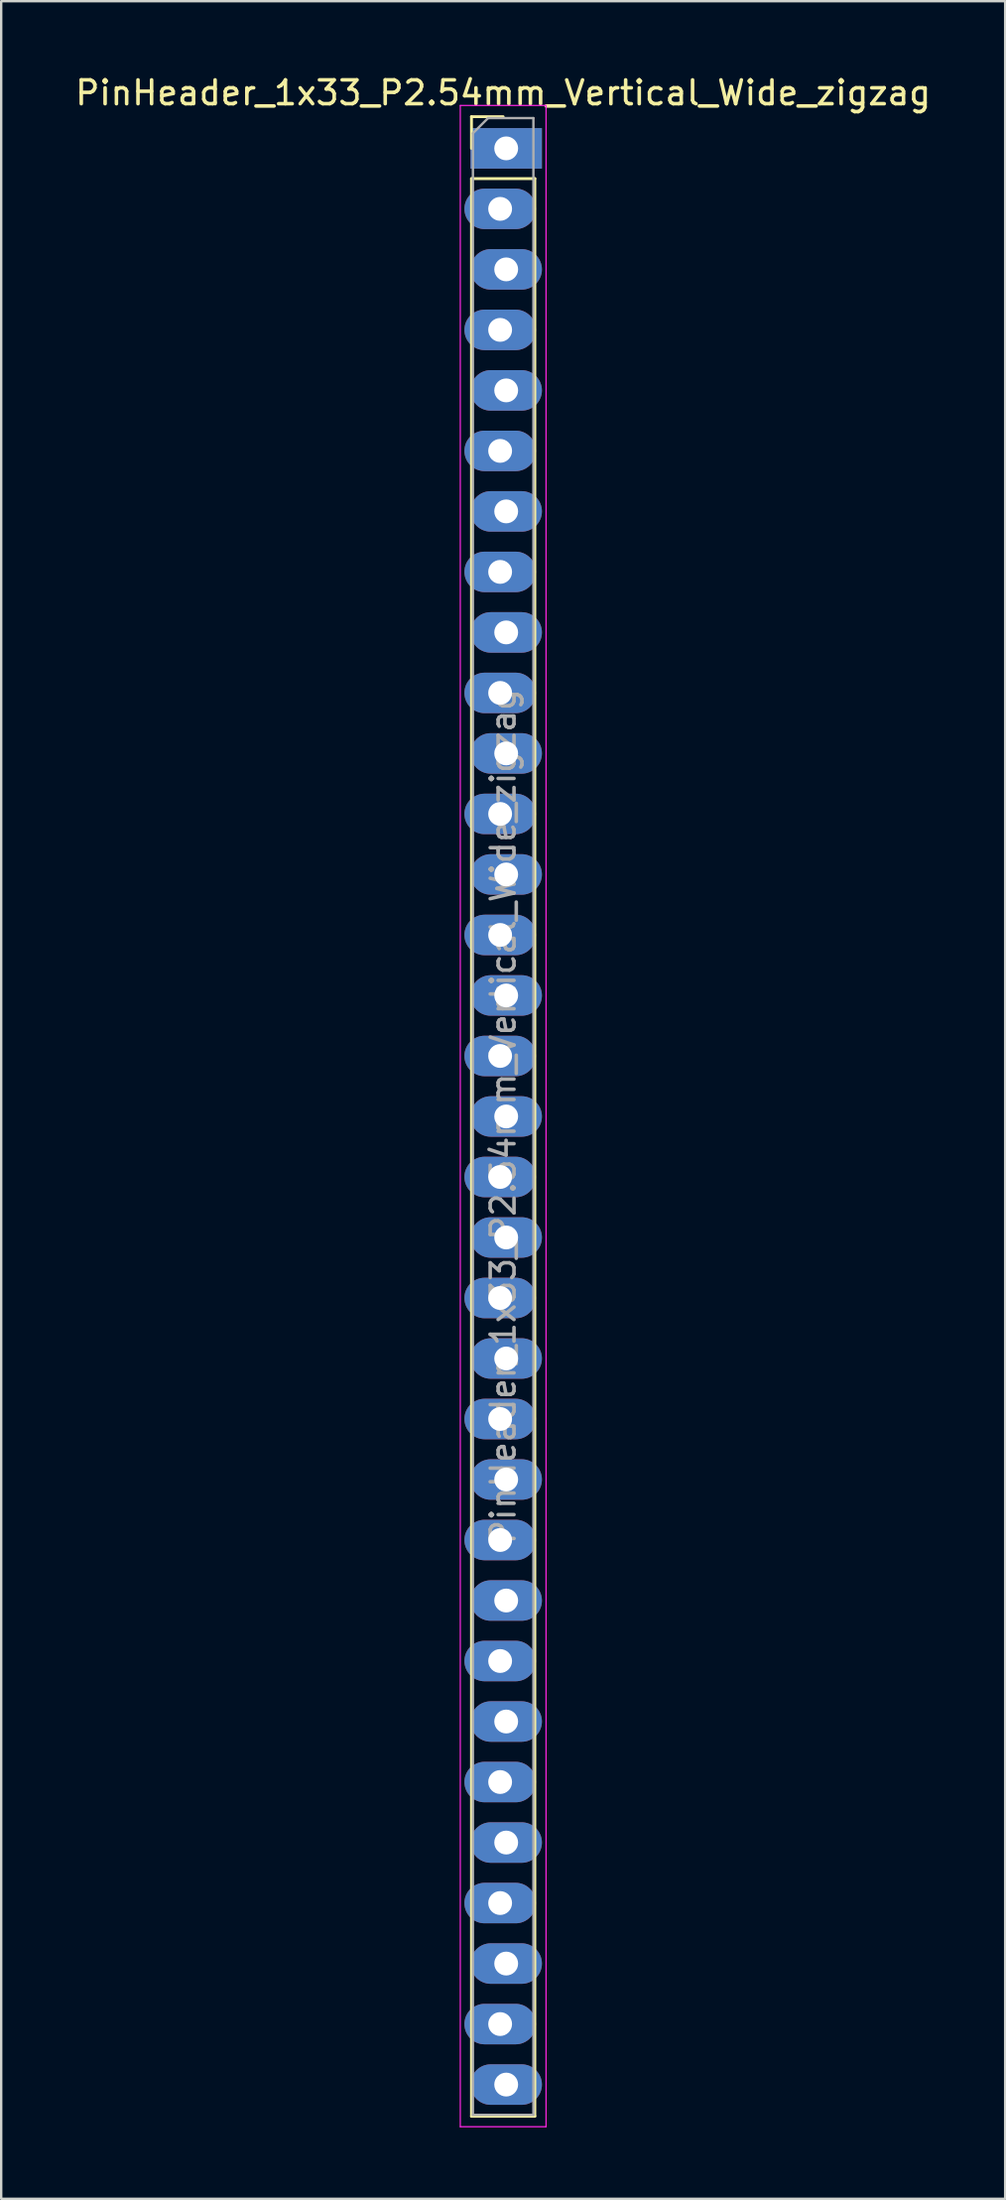
<source format=kicad_pcb>
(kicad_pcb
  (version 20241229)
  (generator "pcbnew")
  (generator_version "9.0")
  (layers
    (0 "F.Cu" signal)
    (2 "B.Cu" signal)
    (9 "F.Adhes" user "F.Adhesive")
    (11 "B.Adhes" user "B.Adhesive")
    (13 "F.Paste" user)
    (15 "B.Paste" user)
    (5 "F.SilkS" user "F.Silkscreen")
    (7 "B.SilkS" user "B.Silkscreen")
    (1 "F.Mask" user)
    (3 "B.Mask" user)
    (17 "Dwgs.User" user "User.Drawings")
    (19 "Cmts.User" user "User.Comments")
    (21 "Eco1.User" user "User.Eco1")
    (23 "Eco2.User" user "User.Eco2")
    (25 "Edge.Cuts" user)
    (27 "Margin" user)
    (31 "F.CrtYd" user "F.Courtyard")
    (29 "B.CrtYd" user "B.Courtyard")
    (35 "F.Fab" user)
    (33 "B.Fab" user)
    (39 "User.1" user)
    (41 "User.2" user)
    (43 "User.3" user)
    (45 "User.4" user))
  (footprint "PinHeader_1x33_P2.54mm_Vertical_Wide_zigzag"
    (layer "F.Cu")
    (at 18.077 3.178)
    (property "Reference" "PinHeader_1x33_P2.54mm_Vertical_Wide_zigzag" (at 0 -2.33 0) (layer "F.SilkS") (effects (font (size 1 1) (thickness 0.15))))
    (attr through_hole)
    (fp_line (start -1.33 -1.33) (end 0 -1.33) (stroke (width 0.12) (type solid)) (layer "F.SilkS"))
    (fp_line (start -1.33 0) (end -1.33 -1.33) (stroke (width 0.12) (type solid)) (layer "F.SilkS"))
    (fp_line (start -1.33 1.27) (end -1.33 82.61) (stroke (width 0.12) (type solid)) (layer "F.SilkS"))
    (fp_line (start -1.33 1.27) (end 1.33 1.27) (stroke (width 0.12) (type solid)) (layer "F.SilkS"))
    (fp_line (start -1.33 82.61) (end 1.33 82.61) (stroke (width 0.12) (type solid)) (layer "F.SilkS"))
    (fp_line (start 1.33 1.27) (end 1.33 82.61) (stroke (width 0.12) (type solid)) (layer "F.SilkS"))
    (fp_line (start -1.8 -1.8) (end -1.8 83.05) (stroke (width 0.05) (type solid)) (layer "F.CrtYd"))
    (fp_line (start -1.8 83.05) (end 1.8 83.05) (stroke (width 0.05) (type solid)) (layer "F.CrtYd"))
    (fp_line (start 1.8 -1.8) (end -1.8 -1.8) (stroke (width 0.05) (type solid)) (layer "F.CrtYd"))
    (fp_line (start 1.8 83.05) (end 1.8 -1.8) (stroke (width 0.05) (type solid)) (layer "F.CrtYd"))
    (fp_line (start -1.27 -0.635) (end -0.635 -1.27) (stroke (width 0.1) (type solid)) (layer "F.Fab"))
    (fp_line (start -1.27 82.55) (end -1.27 -0.635) (stroke (width 0.1) (type solid)) (layer "F.Fab"))
    (fp_line (start -0.635 -1.27) (end 1.27 -1.27) (stroke (width 0.1) (type solid)) (layer "F.Fab"))
    (fp_line (start 1.27 -1.27) (end 1.27 82.55) (stroke (width 0.1) (type solid)) (layer "F.Fab"))
    (fp_line (start 1.27 82.55) (end -1.27 82.55) (stroke (width 0.1) (type solid)) (layer "F.Fab"))
    (fp_text user "${REFERENCE}" (at 0 40.64 90) (layer "F.Fab") (effects (font (size 1 1) (thickness 0.15))))
    (pad "1" thru_hole rect (at 0.127 0) (size 3 1.7) (drill 1) (layers "*.Cu" "*.Mask"))
    (pad "2" thru_hole oval (at -0.127 2.54) (size 3 1.7) (drill 1) (layers "*.Cu" "*.Mask"))
    (pad "3" thru_hole oval (at 0.127 5.08) (size 3 1.7) (drill 1) (layers "*.Cu" "*.Mask"))
    (pad "4" thru_hole oval (at -0.127 7.62) (size 3 1.7) (drill 1) (layers "*.Cu" "*.Mask"))
    (pad "5" thru_hole oval (at 0.127 10.16) (size 3 1.7) (drill 1) (layers "*.Cu" "*.Mask"))
    (pad "6" thru_hole oval (at -0.127 12.7) (size 3 1.7) (drill 1) (layers "*.Cu" "*.Mask"))
    (pad "7" thru_hole oval (at 0.127 15.24) (size 3 1.7) (drill 1) (layers "*.Cu" "*.Mask"))
    (pad "8" thru_hole oval (at -0.127 17.78) (size 3 1.7) (drill 1) (layers "*.Cu" "*.Mask"))
    (pad "9" thru_hole oval (at 0.127 20.32) (size 3 1.7) (drill 1) (layers "*.Cu" "*.Mask"))
    (pad "10" thru_hole oval (at -0.127 22.86) (size 3 1.7) (drill 1) (layers "*.Cu" "*.Mask"))
    (pad "11" thru_hole oval (at 0.127 25.4) (size 3 1.7) (drill 1) (layers "*.Cu" "*.Mask"))
    (pad "12" thru_hole oval (at -0.127 27.94) (size 3 1.7) (drill 1) (layers "*.Cu" "*.Mask"))
    (pad "13" thru_hole oval (at 0.127 30.48) (size 3 1.7) (drill 1) (layers "*.Cu" "*.Mask"))
    (pad "14" thru_hole oval (at -0.127 33.02) (size 3 1.7) (drill 1) (layers "*.Cu" "*.Mask"))
    (pad "15" thru_hole oval (at 0.127 35.56) (size 3 1.7) (drill 1) (layers "*.Cu" "*.Mask"))
    (pad "16" thru_hole oval (at -0.127 38.1) (size 3 1.7) (drill 1) (layers "*.Cu" "*.Mask"))
    (pad "17" thru_hole oval (at 0.127 40.64) (size 3 1.7) (drill 1) (layers "*.Cu" "*.Mask"))
    (pad "18" thru_hole oval (at -0.127 43.18) (size 3 1.7) (drill 1) (layers "*.Cu" "*.Mask"))
    (pad "19" thru_hole oval (at 0.127 45.72) (size 3 1.7) (drill 1) (layers "*.Cu" "*.Mask"))
    (pad "20" thru_hole oval (at -0.127 48.26) (size 3 1.7) (drill 1) (layers "*.Cu" "*.Mask"))
    (pad "21" thru_hole oval (at 0.127 50.8) (size 3 1.7) (drill 1) (layers "*.Cu" "*.Mask"))
    (pad "22" thru_hole oval (at -0.127 53.34) (size 3 1.7) (drill 1) (layers "*.Cu" "*.Mask"))
    (pad "23" thru_hole oval (at 0.127 55.88) (size 3 1.7) (drill 1) (layers "*.Cu" "*.Mask"))
    (pad "24" thru_hole oval (at -0.127 58.42) (size 3 1.7) (drill 1) (layers "*.Cu" "*.Mask"))
    (pad "25" thru_hole oval (at 0.127 60.96) (size 3 1.7) (drill 1) (layers "*.Cu" "*.Mask"))
    (pad "26" thru_hole oval (at -0.127 63.5) (size 3 1.7) (drill 1) (layers "*.Cu" "*.Mask"))
    (pad "27" thru_hole oval (at 0.127 66.04) (size 3 1.7) (drill 1) (layers "*.Cu" "*.Mask"))
    (pad "28" thru_hole oval (at -0.127 68.58) (size 3 1.7) (drill 1) (layers "*.Cu" "*.Mask"))
    (pad "29" thru_hole oval (at 0.127 71.12) (size 3 1.7) (drill 1) (layers "*.Cu" "*.Mask"))
    (pad "30" thru_hole oval (at -0.127 73.66) (size 3 1.7) (drill 1) (layers "*.Cu" "*.Mask"))
    (pad "31" thru_hole oval (at 0.127 76.2) (size 3 1.7) (drill 1) (layers "*.Cu" "*.Mask"))
    (pad "32" thru_hole oval (at -0.127 78.74) (size 3 1.7) (drill 1) (layers "*.Cu" "*.Mask"))
    (pad "33" thru_hole oval (at 0.127 81.28) (size 3 1.7) (drill 1) (layers "*.Cu" "*.Mask")))
  (gr_rect
    (start -3 -3)
    (end 39.155 89.253)
    (stroke (width 0.1) (type default))
    (fill no)
    (layer "Edge.Cuts")))
</source>
